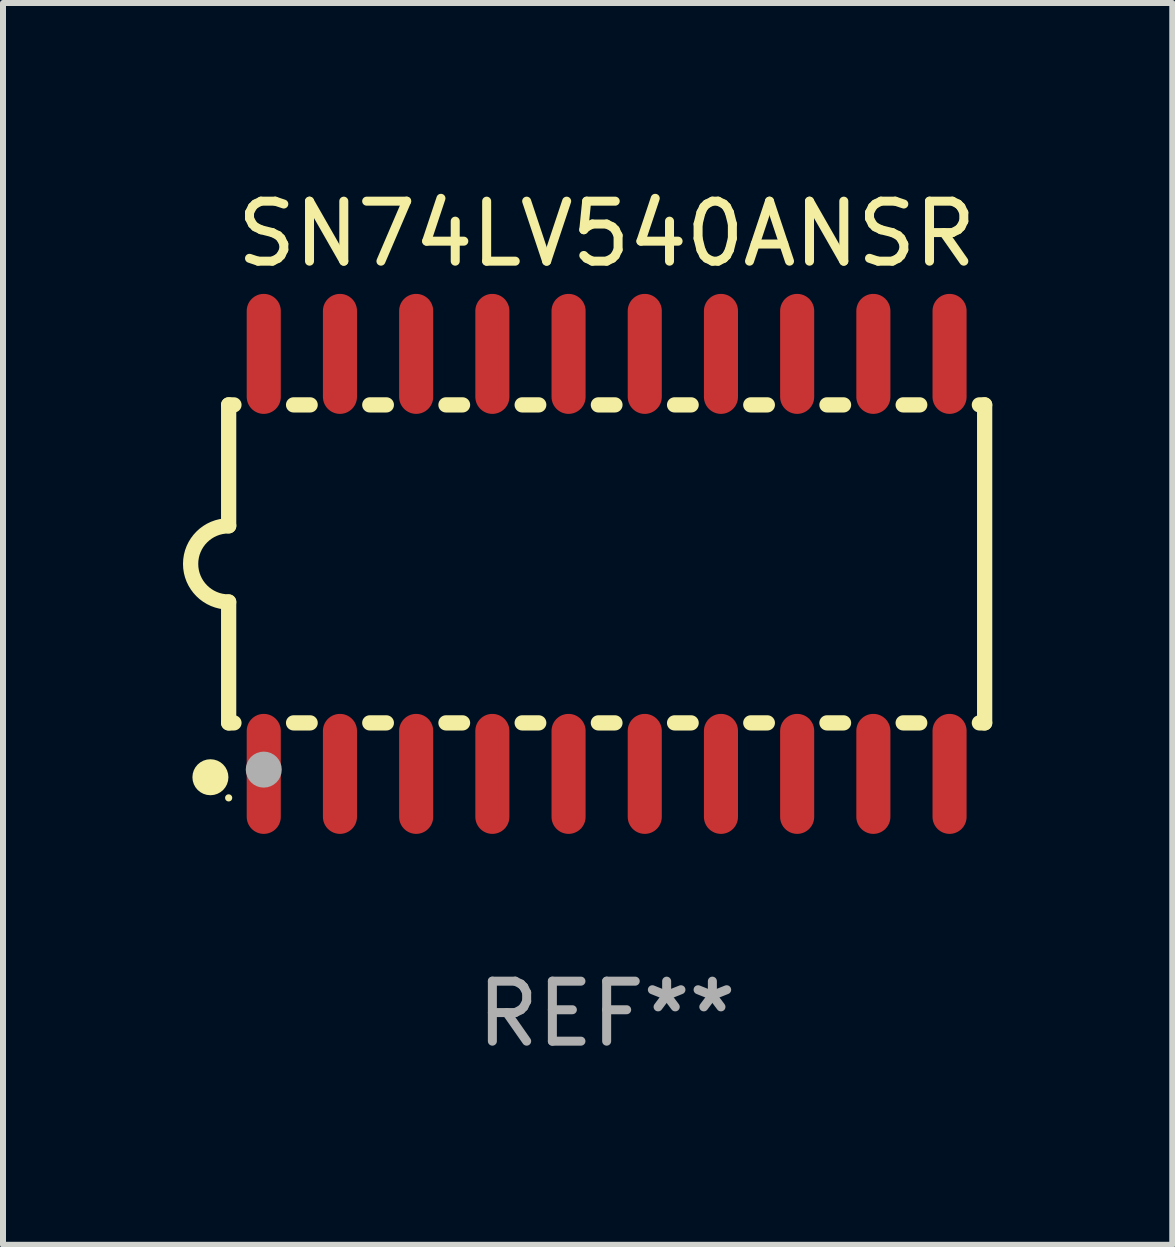
<source format=kicad_pcb>
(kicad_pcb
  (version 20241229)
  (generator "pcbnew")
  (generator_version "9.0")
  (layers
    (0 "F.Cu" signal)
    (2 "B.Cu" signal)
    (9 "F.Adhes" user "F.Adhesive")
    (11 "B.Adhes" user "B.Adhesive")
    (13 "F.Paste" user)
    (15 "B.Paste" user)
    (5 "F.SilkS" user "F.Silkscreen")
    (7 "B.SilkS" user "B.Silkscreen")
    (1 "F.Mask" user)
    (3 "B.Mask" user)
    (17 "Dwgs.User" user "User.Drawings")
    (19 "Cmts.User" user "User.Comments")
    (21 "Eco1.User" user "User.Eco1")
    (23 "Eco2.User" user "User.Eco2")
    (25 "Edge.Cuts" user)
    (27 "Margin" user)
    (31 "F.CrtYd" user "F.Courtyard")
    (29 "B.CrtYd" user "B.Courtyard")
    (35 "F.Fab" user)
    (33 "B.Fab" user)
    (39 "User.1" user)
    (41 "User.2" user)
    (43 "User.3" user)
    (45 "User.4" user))
  (footprint "SN74LV540ANSR"
    (layer "F.Cu")
    (at 7.061 6.348)
    (property "Reference" "SN74LV540ANSR" (at 0 -5.5 0) (layer "F.SilkS") (effects (font (size 1 1) (thickness 0.15))))
    (attr through_hole)
    (fp_line (start -6.3 -2.65) (end -6.3 -0.635) (stroke (width 0.254) (type solid)) (layer "F.SilkS"))
    (fp_line (start -6.3 -2.65) (end -6.212 -2.65) (stroke (width 0.254) (type solid)) (layer "F.SilkS"))
    (fp_line (start -6.3 2.65) (end -6.3 0.635) (stroke (width 0.254) (type solid)) (layer "F.SilkS"))
    (fp_line (start -6.3 2.65) (end -6.212 2.65) (stroke (width 0.254) (type solid)) (layer "F.SilkS"))
    (fp_line (start -5.218 -2.65) (end -4.942 -2.65) (stroke (width 0.254) (type solid)) (layer "F.SilkS"))
    (fp_line (start -5.218 2.65) (end -4.942 2.65) (stroke (width 0.254) (type solid)) (layer "F.SilkS"))
    (fp_line (start -3.948 -2.65) (end -3.672 -2.65) (stroke (width 0.254) (type solid)) (layer "F.SilkS"))
    (fp_line (start -3.948 2.65) (end -3.672 2.65) (stroke (width 0.254) (type solid)) (layer "F.SilkS"))
    (fp_line (start -2.678 -2.65) (end -2.402 -2.65) (stroke (width 0.254) (type solid)) (layer "F.SilkS"))
    (fp_line (start -2.678 2.65) (end -2.402 2.65) (stroke (width 0.254) (type solid)) (layer "F.SilkS"))
    (fp_line (start -1.408 -2.65) (end -1.132 -2.65) (stroke (width 0.254) (type solid)) (layer "F.SilkS"))
    (fp_line (start -1.408 2.65) (end -1.132 2.65) (stroke (width 0.254) (type solid)) (layer "F.SilkS"))
    (fp_line (start -0.138 -2.65) (end 0.138 -2.65) (stroke (width 0.254) (type solid)) (layer "F.SilkS"))
    (fp_line (start -0.138 2.65) (end 0.138 2.65) (stroke (width 0.254) (type solid)) (layer "F.SilkS"))
    (fp_line (start 1.132 -2.65) (end 1.408 -2.65) (stroke (width 0.254) (type solid)) (layer "F.SilkS"))
    (fp_line (start 1.132 2.65) (end 1.408 2.65) (stroke (width 0.254) (type solid)) (layer "F.SilkS"))
    (fp_line (start 2.402 -2.65) (end 2.678 -2.65) (stroke (width 0.254) (type solid)) (layer "F.SilkS"))
    (fp_line (start 2.402 2.65) (end 2.678 2.65) (stroke (width 0.254) (type solid)) (layer "F.SilkS"))
    (fp_line (start 3.672 -2.65) (end 3.948 -2.65) (stroke (width 0.254) (type solid)) (layer "F.SilkS"))
    (fp_line (start 3.672 2.65) (end 3.948 2.65) (stroke (width 0.254) (type solid)) (layer "F.SilkS"))
    (fp_line (start 4.942 -2.65) (end 5.218 -2.65) (stroke (width 0.254) (type solid)) (layer "F.SilkS"))
    (fp_line (start 4.942 2.65) (end 5.218 2.65) (stroke (width 0.254) (type solid)) (layer "F.SilkS"))
    (fp_line (start 6.212 -2.65) (end 6.3 -2.65) (stroke (width 0.254) (type solid)) (layer "F.SilkS"))
    (fp_line (start 6.212 2.65) (end 6.3 2.65) (stroke (width 0.254) (type solid)) (layer "F.SilkS"))
    (fp_line (start 6.3 -2.65) (end 6.3 2.65) (stroke (width 0.254) (type solid)) (layer "F.SilkS"))
    (fp_arc (start -6.299975 0.634874) (mid -6.933579 0.000127) (end -6.299213 -0.633858) (stroke (width 0.254001) (type solid)) (layer "F.SilkS"))
    (fp_circle (center -6.604 3.556) (end -6.454 3.556) (stroke (width 0.3) (type solid)) (fill no) (layer "F.SilkS"))
    (fp_circle (center -6.3 3.9) (end -6.27 3.9) (stroke (width 0.06) (type solid)) (fill no) (layer "F.SilkS"))
    (fp_circle (center -5.715 3.429) (end -5.565 3.429) (stroke (width 0.3) (type solid)) (fill no) (layer "F.Fab"))
    (fp_text user "REF**" (at 0 7.5 0) (layer "F.Fab") (effects (font (size 1 1) (thickness 0.15))))
    (pad "1" smd oval (at -5.715 3.5) (size 0.568 2) (layers "F.Cu" "F.Mask" "F.Paste"))
    (pad "2" smd oval (at -4.445 3.5) (size 0.568 2) (layers "F.Cu" "F.Mask" "F.Paste"))
    (pad "3" smd oval (at -3.175 3.5) (size 0.568 2) (layers "F.Cu" "F.Mask" "F.Paste"))
    (pad "4" smd oval (at -1.905 3.5) (size 0.568 2) (layers "F.Cu" "F.Mask" "F.Paste"))
    (pad "5" smd oval (at -0.635 3.5) (size 0.568 2) (layers "F.Cu" "F.Mask" "F.Paste"))
    (pad "6" smd oval (at 0.635 3.5) (size 0.568 2) (layers "F.Cu" "F.Mask" "F.Paste"))
    (pad "7" smd oval (at 1.905 3.5) (size 0.568 2) (layers "F.Cu" "F.Mask" "F.Paste"))
    (pad "8" smd oval (at 3.175 3.5) (size 0.568 2) (layers "F.Cu" "F.Mask" "F.Paste"))
    (pad "9" smd oval (at 4.445 3.5) (size 0.568 2) (layers "F.Cu" "F.Mask" "F.Paste"))
    (pad "10" smd oval (at 5.715 3.5) (size 0.568 2) (layers "F.Cu" "F.Mask" "F.Paste"))
    (pad "11" smd oval (at 5.715 -3.5) (size 0.568 2) (layers "F.Cu" "F.Mask" "F.Paste"))
    (pad "12" smd oval (at 4.445 -3.5) (size 0.568 2) (layers "F.Cu" "F.Mask" "F.Paste"))
    (pad "13" smd oval (at 3.175 -3.5) (size 0.568 2) (layers "F.Cu" "F.Mask" "F.Paste"))
    (pad "14" smd oval (at 1.905 -3.5) (size 0.568 2) (layers "F.Cu" "F.Mask" "F.Paste"))
    (pad "15" smd oval (at 0.635 -3.5) (size 0.568 2) (layers "F.Cu" "F.Mask" "F.Paste"))
    (pad "16" smd oval (at -0.635 -3.5) (size 0.568 2) (layers "F.Cu" "F.Mask" "F.Paste"))
    (pad "17" smd oval (at -1.905 -3.5) (size 0.568 2) (layers "F.Cu" "F.Mask" "F.Paste"))
    (pad "18" smd oval (at -3.175 -3.5) (size 0.568 2) (layers "F.Cu" "F.Mask" "F.Paste"))
    (pad "19" smd oval (at -4.445 -3.5) (size 0.568 2) (layers "F.Cu" "F.Mask" "F.Paste"))
    (pad "20" smd oval (at -5.715 -3.5) (size 0.568 2) (layers "F.Cu" "F.Mask" "F.Paste")))
  (gr_rect
    (start -3 -3)
    (end 16.488 17.697)
    (stroke (width 0.1) (type default))
    (fill no)
    (layer "Edge.Cuts")))
</source>
